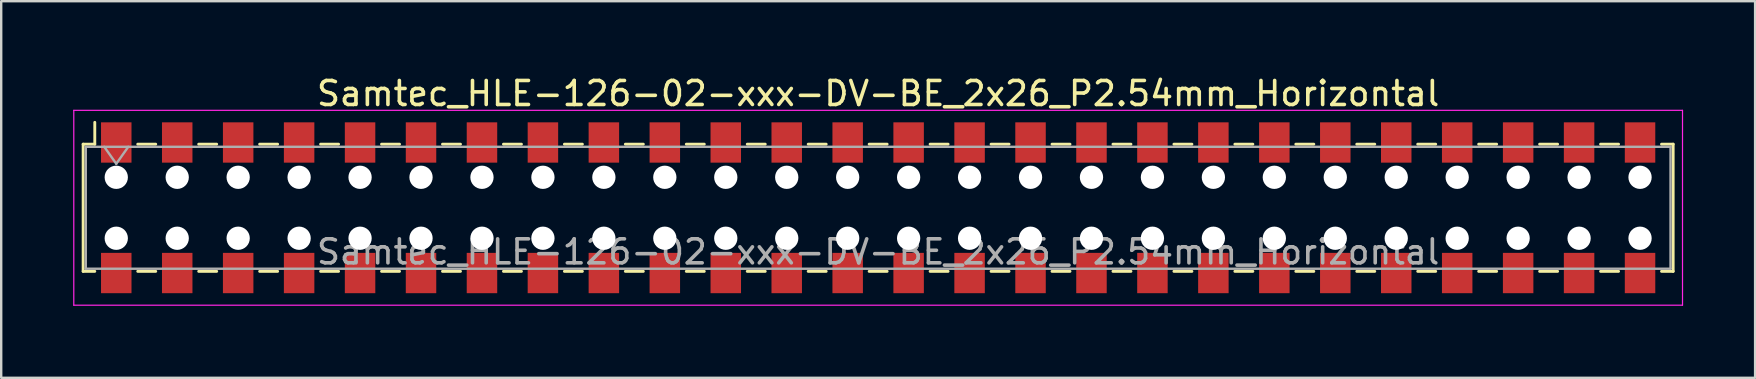
<source format=kicad_pcb>
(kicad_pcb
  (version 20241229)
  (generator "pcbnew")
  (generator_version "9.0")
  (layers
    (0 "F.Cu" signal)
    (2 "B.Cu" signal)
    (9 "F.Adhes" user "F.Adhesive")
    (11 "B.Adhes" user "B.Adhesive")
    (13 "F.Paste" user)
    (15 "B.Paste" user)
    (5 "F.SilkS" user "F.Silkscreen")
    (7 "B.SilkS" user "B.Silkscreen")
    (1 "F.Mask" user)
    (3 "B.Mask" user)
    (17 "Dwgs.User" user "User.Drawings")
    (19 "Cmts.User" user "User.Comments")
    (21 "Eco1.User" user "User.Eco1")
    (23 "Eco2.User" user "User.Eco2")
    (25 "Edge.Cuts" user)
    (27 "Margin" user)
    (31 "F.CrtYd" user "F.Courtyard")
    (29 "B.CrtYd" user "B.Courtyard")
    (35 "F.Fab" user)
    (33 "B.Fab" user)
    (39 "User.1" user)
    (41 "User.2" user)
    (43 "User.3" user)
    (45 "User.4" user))
  (footprint "Samtec_HLE-126-02-xxx-DV-BE_2x26_P2.54mm_Horizontal"
    (layer "F.Cu")
    (at 33.545 5.608)
    (property "Reference" "Samtec_HLE-126-02-xxx-DV-BE_2x26_P2.54mm_Horizontal" (at 0 -4.76 0) (layer "F.SilkS") (effects (font (size 1 1) (thickness 0.15))))
    (attr smd)
    (fp_line (start -33.13 -2.65) (end -33.13 2.65) (stroke (width 0.12) (type solid)) (layer "F.SilkS"))
    (fp_line (start -33.13 2.65) (end -32.645 2.65) (stroke (width 0.12) (type solid)) (layer "F.SilkS"))
    (fp_line (start -32.645 -3.56) (end -32.645 -2.65) (stroke (width 0.12) (type solid)) (layer "F.SilkS"))
    (fp_line (start -32.645 -2.65) (end -33.13 -2.65) (stroke (width 0.12) (type solid)) (layer "F.SilkS"))
    (fp_line (start -30.855 -2.65) (end -30.105 -2.65) (stroke (width 0.12) (type solid)) (layer "F.SilkS"))
    (fp_line (start -30.855 2.65) (end -30.105 2.65) (stroke (width 0.12) (type solid)) (layer "F.SilkS"))
    (fp_line (start -28.315 -2.65) (end -27.565 -2.65) (stroke (width 0.12) (type solid)) (layer "F.SilkS"))
    (fp_line (start -28.315 2.65) (end -27.565 2.65) (stroke (width 0.12) (type solid)) (layer "F.SilkS"))
    (fp_line (start -25.775 -2.65) (end -25.025 -2.65) (stroke (width 0.12) (type solid)) (layer "F.SilkS"))
    (fp_line (start -25.775 2.65) (end -25.025 2.65) (stroke (width 0.12) (type solid)) (layer "F.SilkS"))
    (fp_line (start -23.235 -2.65) (end -22.485 -2.65) (stroke (width 0.12) (type solid)) (layer "F.SilkS"))
    (fp_line (start -23.235 2.65) (end -22.485 2.65) (stroke (width 0.12) (type solid)) (layer "F.SilkS"))
    (fp_line (start -20.695 -2.65) (end -19.945 -2.65) (stroke (width 0.12) (type solid)) (layer "F.SilkS"))
    (fp_line (start -20.695 2.65) (end -19.945 2.65) (stroke (width 0.12) (type solid)) (layer "F.SilkS"))
    (fp_line (start -18.155 -2.65) (end -17.405 -2.65) (stroke (width 0.12) (type solid)) (layer "F.SilkS"))
    (fp_line (start -18.155 2.65) (end -17.405 2.65) (stroke (width 0.12) (type solid)) (layer "F.SilkS"))
    (fp_line (start -15.615 -2.65) (end -14.865 -2.65) (stroke (width 0.12) (type solid)) (layer "F.SilkS"))
    (fp_line (start -15.615 2.65) (end -14.865 2.65) (stroke (width 0.12) (type solid)) (layer "F.SilkS"))
    (fp_line (start -13.075 -2.65) (end -12.325 -2.65) (stroke (width 0.12) (type solid)) (layer "F.SilkS"))
    (fp_line (start -13.075 2.65) (end -12.325 2.65) (stroke (width 0.12) (type solid)) (layer "F.SilkS"))
    (fp_line (start -10.535 -2.65) (end -9.785 -2.65) (stroke (width 0.12) (type solid)) (layer "F.SilkS"))
    (fp_line (start -10.535 2.65) (end -9.785 2.65) (stroke (width 0.12) (type solid)) (layer "F.SilkS"))
    (fp_line (start -7.995 -2.65) (end -7.245 -2.65) (stroke (width 0.12) (type solid)) (layer "F.SilkS"))
    (fp_line (start -7.995 2.65) (end -7.245 2.65) (stroke (width 0.12) (type solid)) (layer "F.SilkS"))
    (fp_line (start -5.455 -2.65) (end -4.705 -2.65) (stroke (width 0.12) (type solid)) (layer "F.SilkS"))
    (fp_line (start -5.455 2.65) (end -4.705 2.65) (stroke (width 0.12) (type solid)) (layer "F.SilkS"))
    (fp_line (start -2.915 -2.65) (end -2.165 -2.65) (stroke (width 0.12) (type solid)) (layer "F.SilkS"))
    (fp_line (start -2.915 2.65) (end -2.165 2.65) (stroke (width 0.12) (type solid)) (layer "F.SilkS"))
    (fp_line (start -0.375 -2.65) (end 0.375 -2.65) (stroke (width 0.12) (type solid)) (layer "F.SilkS"))
    (fp_line (start -0.375 2.65) (end 0.375 2.65) (stroke (width 0.12) (type solid)) (layer "F.SilkS"))
    (fp_line (start 2.165 -2.65) (end 2.915 -2.65) (stroke (width 0.12) (type solid)) (layer "F.SilkS"))
    (fp_line (start 2.165 2.65) (end 2.915 2.65) (stroke (width 0.12) (type solid)) (layer "F.SilkS"))
    (fp_line (start 4.705 -2.65) (end 5.455 -2.65) (stroke (width 0.12) (type solid)) (layer "F.SilkS"))
    (fp_line (start 4.705 2.65) (end 5.455 2.65) (stroke (width 0.12) (type solid)) (layer "F.SilkS"))
    (fp_line (start 7.245 -2.65) (end 7.995 -2.65) (stroke (width 0.12) (type solid)) (layer "F.SilkS"))
    (fp_line (start 7.245 2.65) (end 7.995 2.65) (stroke (width 0.12) (type solid)) (layer "F.SilkS"))
    (fp_line (start 9.785 -2.65) (end 10.535 -2.65) (stroke (width 0.12) (type solid)) (layer "F.SilkS"))
    (fp_line (start 9.785 2.65) (end 10.535 2.65) (stroke (width 0.12) (type solid)) (layer "F.SilkS"))
    (fp_line (start 12.325 -2.65) (end 13.075 -2.65) (stroke (width 0.12) (type solid)) (layer "F.SilkS"))
    (fp_line (start 12.325 2.65) (end 13.075 2.65) (stroke (width 0.12) (type solid)) (layer "F.SilkS"))
    (fp_line (start 14.865 -2.65) (end 15.615 -2.65) (stroke (width 0.12) (type solid)) (layer "F.SilkS"))
    (fp_line (start 14.865 2.65) (end 15.615 2.65) (stroke (width 0.12) (type solid)) (layer "F.SilkS"))
    (fp_line (start 17.405 -2.65) (end 18.155 -2.65) (stroke (width 0.12) (type solid)) (layer "F.SilkS"))
    (fp_line (start 17.405 2.65) (end 18.155 2.65) (stroke (width 0.12) (type solid)) (layer "F.SilkS"))
    (fp_line (start 19.945 -2.65) (end 20.695 -2.65) (stroke (width 0.12) (type solid)) (layer "F.SilkS"))
    (fp_line (start 19.945 2.65) (end 20.695 2.65) (stroke (width 0.12) (type solid)) (layer "F.SilkS"))
    (fp_line (start 22.485 -2.65) (end 23.235 -2.65) (stroke (width 0.12) (type solid)) (layer "F.SilkS"))
    (fp_line (start 22.485 2.65) (end 23.235 2.65) (stroke (width 0.12) (type solid)) (layer "F.SilkS"))
    (fp_line (start 25.025 -2.65) (end 25.775 -2.65) (stroke (width 0.12) (type solid)) (layer "F.SilkS"))
    (fp_line (start 25.025 2.65) (end 25.775 2.65) (stroke (width 0.12) (type solid)) (layer "F.SilkS"))
    (fp_line (start 27.565 -2.65) (end 28.315 -2.65) (stroke (width 0.12) (type solid)) (layer "F.SilkS"))
    (fp_line (start 27.565 2.65) (end 28.315 2.65) (stroke (width 0.12) (type solid)) (layer "F.SilkS"))
    (fp_line (start 30.105 -2.65) (end 30.855 -2.65) (stroke (width 0.12) (type solid)) (layer "F.SilkS"))
    (fp_line (start 30.105 2.65) (end 30.855 2.65) (stroke (width 0.12) (type solid)) (layer "F.SilkS"))
    (fp_line (start 32.645 -2.65) (end 33.13 -2.65) (stroke (width 0.12) (type solid)) (layer "F.SilkS"))
    (fp_line (start 33.13 -2.65) (end 33.13 2.65) (stroke (width 0.12) (type solid)) (layer "F.SilkS"))
    (fp_line (start 33.13 2.65) (end 32.645 2.65) (stroke (width 0.12) (type solid)) (layer "F.SilkS"))
    (fp_line (start -33.52 -4.06) (end 33.52 -4.06) (stroke (width 0.05) (type solid)) (layer "F.CrtYd"))
    (fp_line (start -33.52 4.06) (end -33.52 -4.06) (stroke (width 0.05) (type solid)) (layer "F.CrtYd"))
    (fp_line (start 33.52 -4.06) (end 33.52 4.06) (stroke (width 0.05) (type solid)) (layer "F.CrtYd"))
    (fp_line (start 33.52 4.06) (end -33.52 4.06) (stroke (width 0.05) (type solid)) (layer "F.CrtYd"))
    (fp_line (start -33.02 -2.54) (end 33.02 -2.54) (stroke (width 0.1) (type solid)) (layer "F.Fab"))
    (fp_line (start -33.02 2.54) (end -33.02 -2.54) (stroke (width 0.1) (type solid)) (layer "F.Fab"))
    (fp_line (start -32.25 -2.54) (end -31.75 -1.833) (stroke (width 0.1) (type solid)) (layer "F.Fab"))
    (fp_line (start -31.75 -1.833) (end -31.25 -2.54) (stroke (width 0.1) (type solid)) (layer "F.Fab"))
    (fp_line (start 33.02 -2.54) (end 33.02 2.54) (stroke (width 0.1) (type solid)) (layer "F.Fab"))
    (fp_line (start 33.02 2.54) (end -33.02 2.54) (stroke (width 0.1) (type solid)) (layer "F.Fab"))
    (fp_text user "${REFERENCE}" (at 0 1.84 0) (layer "F.Fab") (effects (font (size 1 1) (thickness 0.15))))
    (pad "" np_thru_hole circle (at -31.75 -1.27) (size 0.97 0.97) (drill 0.97) (layers "*.Cu" "*.Mask"))
    (pad "" np_thru_hole circle (at -31.75 1.27) (size 0.97 0.97) (drill 0.97) (layers "*.Cu" "*.Mask"))
    (pad "" np_thru_hole circle (at -29.21 -1.27) (size 0.97 0.97) (drill 0.97) (layers "*.Cu" "*.Mask"))
    (pad "" np_thru_hole circle (at -29.21 1.27) (size 0.97 0.97) (drill 0.97) (layers "*.Cu" "*.Mask"))
    (pad "" np_thru_hole circle (at -26.67 -1.27) (size 0.97 0.97) (drill 0.97) (layers "*.Cu" "*.Mask"))
    (pad "" np_thru_hole circle (at -26.67 1.27) (size 0.97 0.97) (drill 0.97) (layers "*.Cu" "*.Mask"))
    (pad "" np_thru_hole circle (at -24.13 -1.27) (size 0.97 0.97) (drill 0.97) (layers "*.Cu" "*.Mask"))
    (pad "" np_thru_hole circle (at -24.13 1.27) (size 0.97 0.97) (drill 0.97) (layers "*.Cu" "*.Mask"))
    (pad "" np_thru_hole circle (at -21.59 -1.27) (size 0.97 0.97) (drill 0.97) (layers "*.Cu" "*.Mask"))
    (pad "" np_thru_hole circle (at -21.59 1.27) (size 0.97 0.97) (drill 0.97) (layers "*.Cu" "*.Mask"))
    (pad "" np_thru_hole circle (at -19.05 -1.27) (size 0.97 0.97) (drill 0.97) (layers "*.Cu" "*.Mask"))
    (pad "" np_thru_hole circle (at -19.05 1.27) (size 0.97 0.97) (drill 0.97) (layers "*.Cu" "*.Mask"))
    (pad "" np_thru_hole circle (at -16.51 -1.27) (size 0.97 0.97) (drill 0.97) (layers "*.Cu" "*.Mask"))
    (pad "" np_thru_hole circle (at -16.51 1.27) (size 0.97 0.97) (drill 0.97) (layers "*.Cu" "*.Mask"))
    (pad "" np_thru_hole circle (at -13.97 -1.27) (size 0.97 0.97) (drill 0.97) (layers "*.Cu" "*.Mask"))
    (pad "" np_thru_hole circle (at -13.97 1.27) (size 0.97 0.97) (drill 0.97) (layers "*.Cu" "*.Mask"))
    (pad "" np_thru_hole circle (at -11.43 -1.27) (size 0.97 0.97) (drill 0.97) (layers "*.Cu" "*.Mask"))
    (pad "" np_thru_hole circle (at -11.43 1.27) (size 0.97 0.97) (drill 0.97) (layers "*.Cu" "*.Mask"))
    (pad "" np_thru_hole circle (at -8.89 -1.27) (size 0.97 0.97) (drill 0.97) (layers "*.Cu" "*.Mask"))
    (pad "" np_thru_hole circle (at -8.89 1.27) (size 0.97 0.97) (drill 0.97) (layers "*.Cu" "*.Mask"))
    (pad "" np_thru_hole circle (at -6.35 -1.27) (size 0.97 0.97) (drill 0.97) (layers "*.Cu" "*.Mask"))
    (pad "" np_thru_hole circle (at -6.35 1.27) (size 0.97 0.97) (drill 0.97) (layers "*.Cu" "*.Mask"))
    (pad "" np_thru_hole circle (at -3.81 -1.27) (size 0.97 0.97) (drill 0.97) (layers "*.Cu" "*.Mask"))
    (pad "" np_thru_hole circle (at -3.81 1.27) (size 0.97 0.97) (drill 0.97) (layers "*.Cu" "*.Mask"))
    (pad "" np_thru_hole circle (at -1.27 -1.27) (size 0.97 0.97) (drill 0.97) (layers "*.Cu" "*.Mask"))
    (pad "" np_thru_hole circle (at -1.27 1.27) (size 0.97 0.97) (drill 0.97) (layers "*.Cu" "*.Mask"))
    (pad "" np_thru_hole circle (at 1.27 -1.27) (size 0.97 0.97) (drill 0.97) (layers "*.Cu" "*.Mask"))
    (pad "" np_thru_hole circle (at 1.27 1.27) (size 0.97 0.97) (drill 0.97) (layers "*.Cu" "*.Mask"))
    (pad "" np_thru_hole circle (at 3.81 -1.27) (size 0.97 0.97) (drill 0.97) (layers "*.Cu" "*.Mask"))
    (pad "" np_thru_hole circle (at 3.81 1.27) (size 0.97 0.97) (drill 0.97) (layers "*.Cu" "*.Mask"))
    (pad "" np_thru_hole circle (at 6.35 -1.27) (size 0.97 0.97) (drill 0.97) (layers "*.Cu" "*.Mask"))
    (pad "" np_thru_hole circle (at 6.35 1.27) (size 0.97 0.97) (drill 0.97) (layers "*.Cu" "*.Mask"))
    (pad "" np_thru_hole circle (at 8.89 -1.27) (size 0.97 0.97) (drill 0.97) (layers "*.Cu" "*.Mask"))
    (pad "" np_thru_hole circle (at 8.89 1.27) (size 0.97 0.97) (drill 0.97) (layers "*.Cu" "*.Mask"))
    (pad "" np_thru_hole circle (at 11.43 -1.27) (size 0.97 0.97) (drill 0.97) (layers "*.Cu" "*.Mask"))
    (pad "" np_thru_hole circle (at 11.43 1.27) (size 0.97 0.97) (drill 0.97) (layers "*.Cu" "*.Mask"))
    (pad "" np_thru_hole circle (at 13.97 -1.27) (size 0.97 0.97) (drill 0.97) (layers "*.Cu" "*.Mask"))
    (pad "" np_thru_hole circle (at 13.97 1.27) (size 0.97 0.97) (drill 0.97) (layers "*.Cu" "*.Mask"))
    (pad "" np_thru_hole circle (at 16.51 -1.27) (size 0.97 0.97) (drill 0.97) (layers "*.Cu" "*.Mask"))
    (pad "" np_thru_hole circle (at 16.51 1.27) (size 0.97 0.97) (drill 0.97) (layers "*.Cu" "*.Mask"))
    (pad "" np_thru_hole circle (at 19.05 -1.27) (size 0.97 0.97) (drill 0.97) (layers "*.Cu" "*.Mask"))
    (pad "" np_thru_hole circle (at 19.05 1.27) (size 0.97 0.97) (drill 0.97) (layers "*.Cu" "*.Mask"))
    (pad "" np_thru_hole circle (at 21.59 -1.27) (size 0.97 0.97) (drill 0.97) (layers "*.Cu" "*.Mask"))
    (pad "" np_thru_hole circle (at 21.59 1.27) (size 0.97 0.97) (drill 0.97) (layers "*.Cu" "*.Mask"))
    (pad "" np_thru_hole circle (at 24.13 -1.27) (size 0.97 0.97) (drill 0.97) (layers "*.Cu" "*.Mask"))
    (pad "" np_thru_hole circle (at 24.13 1.27) (size 0.97 0.97) (drill 0.97) (layers "*.Cu" "*.Mask"))
    (pad "" np_thru_hole circle (at 26.67 -1.27) (size 0.97 0.97) (drill 0.97) (layers "*.Cu" "*.Mask"))
    (pad "" np_thru_hole circle (at 26.67 1.27) (size 0.97 0.97) (drill 0.97) (layers "*.Cu" "*.Mask"))
    (pad "" np_thru_hole circle (at 29.21 -1.27) (size 0.97 0.97) (drill 0.97) (layers "*.Cu" "*.Mask"))
    (pad "" np_thru_hole circle (at 29.21 1.27) (size 0.97 0.97) (drill 0.97) (layers "*.Cu" "*.Mask"))
    (pad "" np_thru_hole circle (at 31.75 -1.27) (size 0.97 0.97) (drill 0.97) (layers "*.Cu" "*.Mask"))
    (pad "" np_thru_hole circle (at 31.75 1.27) (size 0.97 0.97) (drill 0.97) (layers "*.Cu" "*.Mask"))
    (pad "1" smd rect (at -31.75 -2.72) (size 1.27 1.68) (layers "F.Cu" "F.Mask" "F.Paste"))
    (pad "2" smd rect (at -31.75 2.72) (size 1.27 1.68) (layers "F.Cu" "F.Mask" "F.Paste"))
    (pad "3" smd rect (at -29.21 -2.72) (size 1.27 1.68) (layers "F.Cu" "F.Mask" "F.Paste"))
    (pad "4" smd rect (at -29.21 2.72) (size 1.27 1.68) (layers "F.Cu" "F.Mask" "F.Paste"))
    (pad "5" smd rect (at -26.67 -2.72) (size 1.27 1.68) (layers "F.Cu" "F.Mask" "F.Paste"))
    (pad "6" smd rect (at -26.67 2.72) (size 1.27 1.68) (layers "F.Cu" "F.Mask" "F.Paste"))
    (pad "7" smd rect (at -24.13 -2.72) (size 1.27 1.68) (layers "F.Cu" "F.Mask" "F.Paste"))
    (pad "8" smd rect (at -24.13 2.72) (size 1.27 1.68) (layers "F.Cu" "F.Mask" "F.Paste"))
    (pad "9" smd rect (at -21.59 -2.72) (size 1.27 1.68) (layers "F.Cu" "F.Mask" "F.Paste"))
    (pad "10" smd rect (at -21.59 2.72) (size 1.27 1.68) (layers "F.Cu" "F.Mask" "F.Paste"))
    (pad "11" smd rect (at -19.05 -2.72) (size 1.27 1.68) (layers "F.Cu" "F.Mask" "F.Paste"))
    (pad "12" smd rect (at -19.05 2.72) (size 1.27 1.68) (layers "F.Cu" "F.Mask" "F.Paste"))
    (pad "13" smd rect (at -16.51 -2.72) (size 1.27 1.68) (layers "F.Cu" "F.Mask" "F.Paste"))
    (pad "14" smd rect (at -16.51 2.72) (size 1.27 1.68) (layers "F.Cu" "F.Mask" "F.Paste"))
    (pad "15" smd rect (at -13.97 -2.72) (size 1.27 1.68) (layers "F.Cu" "F.Mask" "F.Paste"))
    (pad "16" smd rect (at -13.97 2.72) (size 1.27 1.68) (layers "F.Cu" "F.Mask" "F.Paste"))
    (pad "17" smd rect (at -11.43 -2.72) (size 1.27 1.68) (layers "F.Cu" "F.Mask" "F.Paste"))
    (pad "18" smd rect (at -11.43 2.72) (size 1.27 1.68) (layers "F.Cu" "F.Mask" "F.Paste"))
    (pad "19" smd rect (at -8.89 -2.72) (size 1.27 1.68) (layers "F.Cu" "F.Mask" "F.Paste"))
    (pad "20" smd rect (at -8.89 2.72) (size 1.27 1.68) (layers "F.Cu" "F.Mask" "F.Paste"))
    (pad "21" smd rect (at -6.35 -2.72) (size 1.27 1.68) (layers "F.Cu" "F.Mask" "F.Paste"))
    (pad "22" smd rect (at -6.35 2.72) (size 1.27 1.68) (layers "F.Cu" "F.Mask" "F.Paste"))
    (pad "23" smd rect (at -3.81 -2.72) (size 1.27 1.68) (layers "F.Cu" "F.Mask" "F.Paste"))
    (pad "24" smd rect (at -3.81 2.72) (size 1.27 1.68) (layers "F.Cu" "F.Mask" "F.Paste"))
    (pad "25" smd rect (at -1.27 -2.72) (size 1.27 1.68) (layers "F.Cu" "F.Mask" "F.Paste"))
    (pad "26" smd rect (at -1.27 2.72) (size 1.27 1.68) (layers "F.Cu" "F.Mask" "F.Paste"))
    (pad "27" smd rect (at 1.27 -2.72) (size 1.27 1.68) (layers "F.Cu" "F.Mask" "F.Paste"))
    (pad "28" smd rect (at 1.27 2.72) (size 1.27 1.68) (layers "F.Cu" "F.Mask" "F.Paste"))
    (pad "29" smd rect (at 3.81 -2.72) (size 1.27 1.68) (layers "F.Cu" "F.Mask" "F.Paste"))
    (pad "30" smd rect (at 3.81 2.72) (size 1.27 1.68) (layers "F.Cu" "F.Mask" "F.Paste"))
    (pad "31" smd rect (at 6.35 -2.72) (size 1.27 1.68) (layers "F.Cu" "F.Mask" "F.Paste"))
    (pad "32" smd rect (at 6.35 2.72) (size 1.27 1.68) (layers "F.Cu" "F.Mask" "F.Paste"))
    (pad "33" smd rect (at 8.89 -2.72) (size 1.27 1.68) (layers "F.Cu" "F.Mask" "F.Paste"))
    (pad "34" smd rect (at 8.89 2.72) (size 1.27 1.68) (layers "F.Cu" "F.Mask" "F.Paste"))
    (pad "35" smd rect (at 11.43 -2.72) (size 1.27 1.68) (layers "F.Cu" "F.Mask" "F.Paste"))
    (pad "36" smd rect (at 11.43 2.72) (size 1.27 1.68) (layers "F.Cu" "F.Mask" "F.Paste"))
    (pad "37" smd rect (at 13.97 -2.72) (size 1.27 1.68) (layers "F.Cu" "F.Mask" "F.Paste"))
    (pad "38" smd rect (at 13.97 2.72) (size 1.27 1.68) (layers "F.Cu" "F.Mask" "F.Paste"))
    (pad "39" smd rect (at 16.51 -2.72) (size 1.27 1.68) (layers "F.Cu" "F.Mask" "F.Paste"))
    (pad "40" smd rect (at 16.51 2.72) (size 1.27 1.68) (layers "F.Cu" "F.Mask" "F.Paste"))
    (pad "41" smd rect (at 19.05 -2.72) (size 1.27 1.68) (layers "F.Cu" "F.Mask" "F.Paste"))
    (pad "42" smd rect (at 19.05 2.72) (size 1.27 1.68) (layers "F.Cu" "F.Mask" "F.Paste"))
    (pad "43" smd rect (at 21.59 -2.72) (size 1.27 1.68) (layers "F.Cu" "F.Mask" "F.Paste"))
    (pad "44" smd rect (at 21.59 2.72) (size 1.27 1.68) (layers "F.Cu" "F.Mask" "F.Paste"))
    (pad "45" smd rect (at 24.13 -2.72) (size 1.27 1.68) (layers "F.Cu" "F.Mask" "F.Paste"))
    (pad "46" smd rect (at 24.13 2.72) (size 1.27 1.68) (layers "F.Cu" "F.Mask" "F.Paste"))
    (pad "47" smd rect (at 26.67 -2.72) (size 1.27 1.68) (layers "F.Cu" "F.Mask" "F.Paste"))
    (pad "48" smd rect (at 26.67 2.72) (size 1.27 1.68) (layers "F.Cu" "F.Mask" "F.Paste"))
    (pad "49" smd rect (at 29.21 -2.72) (size 1.27 1.68) (layers "F.Cu" "F.Mask" "F.Paste"))
    (pad "50" smd rect (at 29.21 2.72) (size 1.27 1.68) (layers "F.Cu" "F.Mask" "F.Paste"))
    (pad "51" smd rect (at 31.75 -2.72) (size 1.27 1.68) (layers "F.Cu" "F.Mask" "F.Paste"))
    (pad "52" smd rect (at 31.75 2.72) (size 1.27 1.68) (layers "F.Cu" "F.Mask" "F.Paste")))
  (gr_rect
    (start -3 -3)
    (end 70.09 12.693)
    (stroke (width 0.1) (type default))
    (fill no)
    (layer "Edge.Cuts")))
</source>
